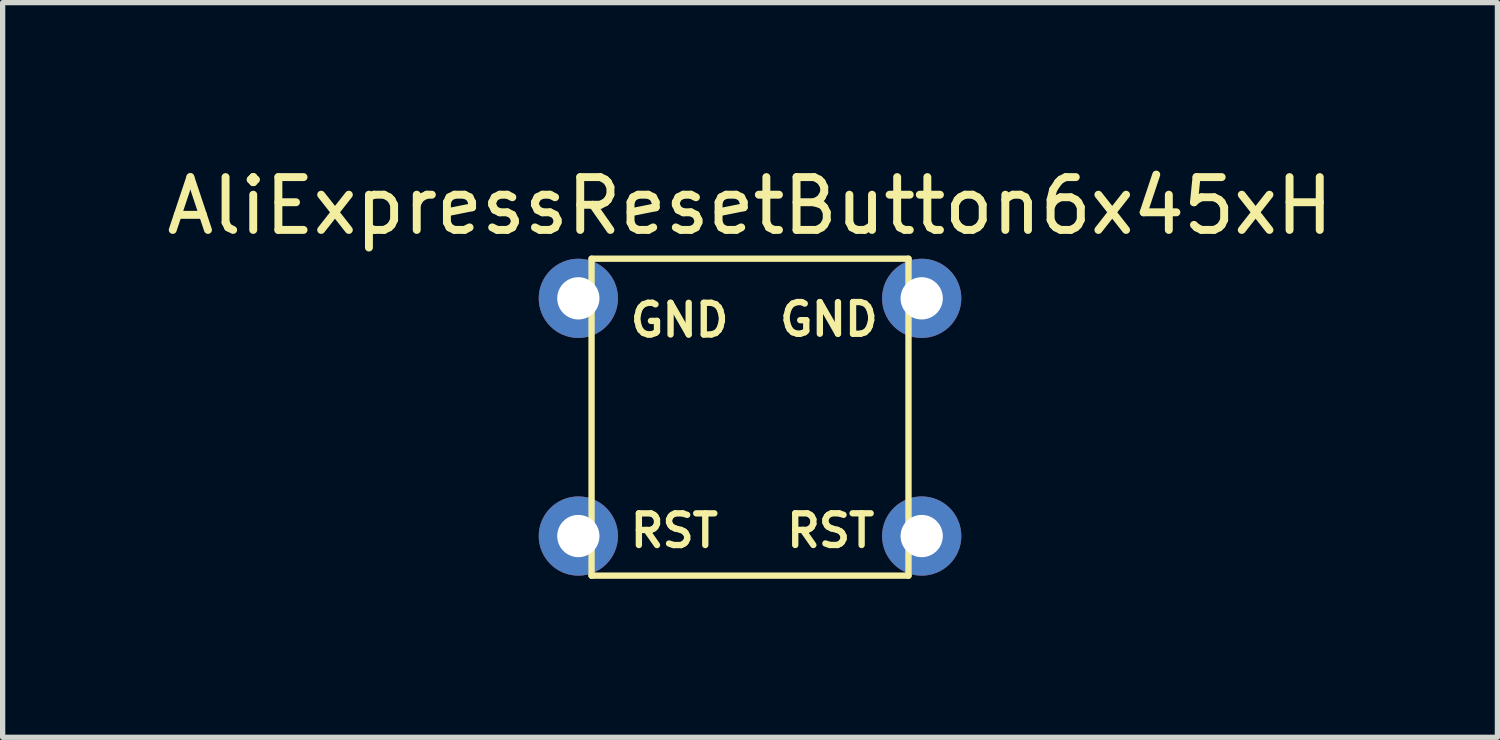
<source format=kicad_pcb>
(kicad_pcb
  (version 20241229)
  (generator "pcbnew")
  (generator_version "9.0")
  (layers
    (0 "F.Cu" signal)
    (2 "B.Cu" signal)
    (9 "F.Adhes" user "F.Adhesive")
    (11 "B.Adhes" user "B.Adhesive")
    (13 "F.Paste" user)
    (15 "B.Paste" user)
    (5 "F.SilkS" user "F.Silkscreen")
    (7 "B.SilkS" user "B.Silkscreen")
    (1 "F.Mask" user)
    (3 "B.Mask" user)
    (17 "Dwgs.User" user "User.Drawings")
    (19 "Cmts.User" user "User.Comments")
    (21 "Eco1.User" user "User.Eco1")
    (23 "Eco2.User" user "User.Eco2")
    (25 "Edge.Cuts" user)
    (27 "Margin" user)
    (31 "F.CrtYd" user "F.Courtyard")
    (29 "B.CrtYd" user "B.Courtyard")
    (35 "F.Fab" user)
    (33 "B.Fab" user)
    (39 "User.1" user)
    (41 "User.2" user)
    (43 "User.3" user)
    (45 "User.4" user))
  (footprint "AliExpressResetButton6x45xH"
    (layer "F.Cu")
    (at 11.149 4.848)
    (property "Reference" "AliExpressResetButton6x45xH" (at 0 -4 0) (layer "F.SilkS") (effects (font (size 1 1) (thickness 0.15))))
    (attr through_hole)
    (fp_line (start -3 -3) (end 3 -3) (stroke (width 0.12) (type solid)) (layer "F.SilkS"))
    (fp_line (start -3 3) (end -3 -3) (stroke (width 0.12) (type solid)) (layer "F.SilkS"))
    (fp_line (start 3 -3) (end 3 3) (stroke (width 0.12) (type solid)) (layer "F.SilkS"))
    (fp_line (start 3 3) (end -3 3) (stroke (width 0.12) (type solid)) (layer "F.SilkS"))
    (fp_text user "GND" (at -2.326 -1.486 0) (unlocked yes) (layer "F.SilkS") (effects (font (size 0.6 0.6) (thickness 0.12) (bold yes)) (justify left bottom)))
    (fp_text user "GND" (at 0.5 -1.5 0) (unlocked yes) (layer "F.SilkS") (effects (font (size 0.6 0.6) (thickness 0.12) (bold yes)) (justify left bottom)))
    (fp_text user "RST" (at -2.326 2.5 0) (unlocked yes) (layer "F.SilkS") (effects (font (size 0.6 0.6) (thickness 0.12) (bold yes)) (justify left bottom)))
    (fp_text user "RST" (at 0.634 2.499 0) (unlocked yes) (layer "F.SilkS") (effects (font (size 0.6 0.6) (thickness 0.12) (bold yes)) (justify left bottom)))
    (pad "1" thru_hole circle (at -3.25 -2.25) (size 1.5 1.5) (drill 0.8) (layers "*.Cu" "*.Mask"))
    (pad "2" thru_hole circle (at 3.25 -2.25) (size 1.5 1.5) (drill 0.8) (layers "*.Cu" "*.Mask"))
    (pad "3" thru_hole circle (at -3.25 2.25) (size 1.5 1.5) (drill 0.8) (layers "*.Cu" "*.Mask"))
    (pad "4" thru_hole circle (at 3.25 2.25) (size 1.5 1.5) (drill 0.8) (layers "*.Cu" "*.Mask")))
  (gr_rect
    (start -3 -3)
    (end 25.298 10.908)
    (stroke (width 0.1) (type default))
    (fill no)
    (layer "Edge.Cuts")))
</source>
